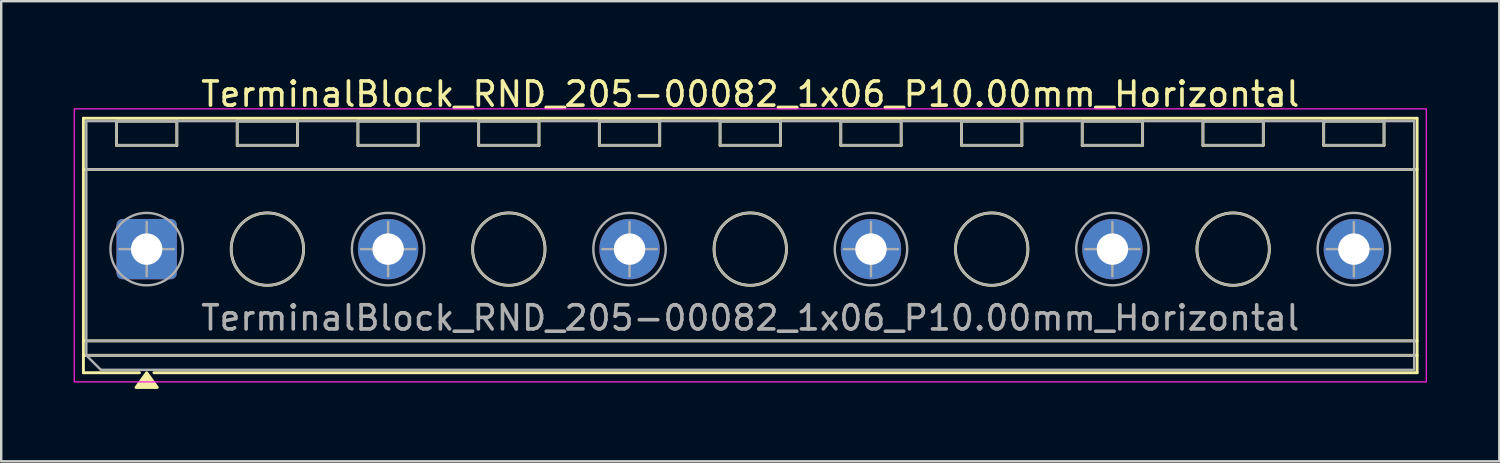
<source format=kicad_pcb>
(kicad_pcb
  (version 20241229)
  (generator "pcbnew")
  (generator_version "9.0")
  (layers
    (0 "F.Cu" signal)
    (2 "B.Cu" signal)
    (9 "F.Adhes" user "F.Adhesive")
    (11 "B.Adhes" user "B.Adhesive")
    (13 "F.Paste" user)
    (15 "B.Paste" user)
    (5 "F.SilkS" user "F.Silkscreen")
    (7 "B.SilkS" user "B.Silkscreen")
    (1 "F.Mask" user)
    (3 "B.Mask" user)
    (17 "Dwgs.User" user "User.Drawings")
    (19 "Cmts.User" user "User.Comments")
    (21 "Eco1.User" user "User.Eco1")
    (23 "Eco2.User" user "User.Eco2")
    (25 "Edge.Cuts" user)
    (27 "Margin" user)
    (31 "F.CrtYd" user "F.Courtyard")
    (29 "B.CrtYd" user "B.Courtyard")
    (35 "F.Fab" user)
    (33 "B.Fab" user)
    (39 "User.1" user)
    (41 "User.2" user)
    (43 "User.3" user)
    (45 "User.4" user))
  (footprint "TerminalBlock_RND_205-00082_1x06_P10.00mm_Horizontal"
    (layer "F.Cu")
    (at 3.025 7.268)
    (property "Reference" "TerminalBlock_RND_205-00082_1x06_P10.00mm_Horizontal" (at 25 -6.42 0) (layer "F.SilkS") (effects (font (size 1 1) (thickness 0.15))))
    (attr through_hole)
    (fp_line (start -2.62 -5.42) (end 52.62 -5.42) (stroke (width 0.12) (type solid)) (layer "F.SilkS"))
    (fp_line (start -2.62 -3.3) (end 52.62 -3.3) (stroke (width 0.12) (type solid)) (layer "F.SilkS"))
    (fp_line (start -2.62 3.8) (end 52.62 3.8) (stroke (width 0.12) (type solid)) (layer "F.SilkS"))
    (fp_line (start -2.62 4.4) (end 52.62 4.4) (stroke (width 0.12) (type solid)) (layer "F.SilkS"))
    (fp_line (start -2.62 5.12) (end -2.62 -5.42) (stroke (width 0.12) (type solid)) (layer "F.SilkS"))
    (fp_line (start -1.25 -5.3) (end 1.25 -5.3) (stroke (width 0.12) (type solid)) (layer "F.SilkS"))
    (fp_line (start -1.25 -4.3) (end -1.25 -5.3) (stroke (width 0.12) (type solid)) (layer "F.SilkS"))
    (fp_line (start -0.3 5.12) (end -2.62 5.12) (stroke (width 0.12) (type solid)) (layer "F.SilkS"))
    (fp_line (start 1.25 -5.3) (end 1.25 -4.3) (stroke (width 0.12) (type solid)) (layer "F.SilkS"))
    (fp_line (start 1.25 -4.3) (end -1.25 -4.3) (stroke (width 0.12) (type solid)) (layer "F.SilkS"))
    (fp_line (start 3.75 -5.3) (end 6.25 -5.3) (stroke (width 0.12) (type solid)) (layer "F.SilkS"))
    (fp_line (start 3.75 -4.3) (end 3.75 -5.3) (stroke (width 0.12) (type solid)) (layer "F.SilkS"))
    (fp_line (start 6.25 -5.3) (end 6.25 -4.3) (stroke (width 0.12) (type solid)) (layer "F.SilkS"))
    (fp_line (start 6.25 -4.3) (end 3.75 -4.3) (stroke (width 0.12) (type solid)) (layer "F.SilkS"))
    (fp_line (start 8.75 -5.3) (end 11.25 -5.3) (stroke (width 0.12) (type solid)) (layer "F.SilkS"))
    (fp_line (start 8.75 -4.3) (end 8.75 -5.3) (stroke (width 0.12) (type solid)) (layer "F.SilkS"))
    (fp_line (start 11.25 -5.3) (end 11.25 -4.3) (stroke (width 0.12) (type solid)) (layer "F.SilkS"))
    (fp_line (start 11.25 -4.3) (end 8.75 -4.3) (stroke (width 0.12) (type solid)) (layer "F.SilkS"))
    (fp_line (start 13.75 -5.3) (end 16.25 -5.3) (stroke (width 0.12) (type solid)) (layer "F.SilkS"))
    (fp_line (start 13.75 -4.3) (end 13.75 -5.3) (stroke (width 0.12) (type solid)) (layer "F.SilkS"))
    (fp_line (start 16.25 -5.3) (end 16.25 -4.3) (stroke (width 0.12) (type solid)) (layer "F.SilkS"))
    (fp_line (start 16.25 -4.3) (end 13.75 -4.3) (stroke (width 0.12) (type solid)) (layer "F.SilkS"))
    (fp_line (start 18.75 -5.3) (end 21.25 -5.3) (stroke (width 0.12) (type solid)) (layer "F.SilkS"))
    (fp_line (start 18.75 -4.3) (end 18.75 -5.3) (stroke (width 0.12) (type solid)) (layer "F.SilkS"))
    (fp_line (start 21.25 -5.3) (end 21.25 -4.3) (stroke (width 0.12) (type solid)) (layer "F.SilkS"))
    (fp_line (start 21.25 -4.3) (end 18.75 -4.3) (stroke (width 0.12) (type solid)) (layer "F.SilkS"))
    (fp_line (start 23.75 -5.3) (end 26.25 -5.3) (stroke (width 0.12) (type solid)) (layer "F.SilkS"))
    (fp_line (start 23.75 -4.3) (end 23.75 -5.3) (stroke (width 0.12) (type solid)) (layer "F.SilkS"))
    (fp_line (start 26.25 -5.3) (end 26.25 -4.3) (stroke (width 0.12) (type solid)) (layer "F.SilkS"))
    (fp_line (start 26.25 -4.3) (end 23.75 -4.3) (stroke (width 0.12) (type solid)) (layer "F.SilkS"))
    (fp_line (start 28.75 -5.3) (end 31.25 -5.3) (stroke (width 0.12) (type solid)) (layer "F.SilkS"))
    (fp_line (start 28.75 -4.3) (end 28.75 -5.3) (stroke (width 0.12) (type solid)) (layer "F.SilkS"))
    (fp_line (start 31.25 -5.3) (end 31.25 -4.3) (stroke (width 0.12) (type solid)) (layer "F.SilkS"))
    (fp_line (start 31.25 -4.3) (end 28.75 -4.3) (stroke (width 0.12) (type solid)) (layer "F.SilkS"))
    (fp_line (start 33.75 -5.3) (end 36.25 -5.3) (stroke (width 0.12) (type solid)) (layer "F.SilkS"))
    (fp_line (start 33.75 -4.3) (end 33.75 -5.3) (stroke (width 0.12) (type solid)) (layer "F.SilkS"))
    (fp_line (start 36.25 -5.3) (end 36.25 -4.3) (stroke (width 0.12) (type solid)) (layer "F.SilkS"))
    (fp_line (start 36.25 -4.3) (end 33.75 -4.3) (stroke (width 0.12) (type solid)) (layer "F.SilkS"))
    (fp_line (start 38.75 -5.3) (end 41.25 -5.3) (stroke (width 0.12) (type solid)) (layer "F.SilkS"))
    (fp_line (start 38.75 -4.3) (end 38.75 -5.3) (stroke (width 0.12) (type solid)) (layer "F.SilkS"))
    (fp_line (start 41.25 -5.3) (end 41.25 -4.3) (stroke (width 0.12) (type solid)) (layer "F.SilkS"))
    (fp_line (start 41.25 -4.3) (end 38.75 -4.3) (stroke (width 0.12) (type solid)) (layer "F.SilkS"))
    (fp_line (start 43.75 -5.3) (end 46.25 -5.3) (stroke (width 0.12) (type solid)) (layer "F.SilkS"))
    (fp_line (start 43.75 -4.3) (end 43.75 -5.3) (stroke (width 0.12) (type solid)) (layer "F.SilkS"))
    (fp_line (start 46.25 -5.3) (end 46.25 -4.3) (stroke (width 0.12) (type solid)) (layer "F.SilkS"))
    (fp_line (start 46.25 -4.3) (end 43.75 -4.3) (stroke (width 0.12) (type solid)) (layer "F.SilkS"))
    (fp_line (start 48.75 -5.3) (end 51.25 -5.3) (stroke (width 0.12) (type solid)) (layer "F.SilkS"))
    (fp_line (start 48.75 -4.3) (end 48.75 -5.3) (stroke (width 0.12) (type solid)) (layer "F.SilkS"))
    (fp_line (start 51.25 -5.3) (end 51.25 -4.3) (stroke (width 0.12) (type solid)) (layer "F.SilkS"))
    (fp_line (start 51.25 -4.3) (end 48.75 -4.3) (stroke (width 0.12) (type solid)) (layer "F.SilkS"))
    (fp_line (start 52.62 -5.42) (end 52.62 5.12) (stroke (width 0.12) (type solid)) (layer "F.SilkS"))
    (fp_line (start 52.62 5.12) (end 0.3 5.12) (stroke (width 0.12) (type solid)) (layer "F.SilkS"))
    (fp_circle (center 5 0) (end 6.5 0) (stroke (width 0.12) (type solid)) (fill no) (layer "F.SilkS"))
    (fp_circle (center 15 0) (end 16.5 0) (stroke (width 0.12) (type solid)) (fill no) (layer "F.SilkS"))
    (fp_circle (center 25 0) (end 26.5 0) (stroke (width 0.12) (type solid)) (fill no) (layer "F.SilkS"))
    (fp_circle (center 35 0) (end 36.5 0) (stroke (width 0.12) (type solid)) (fill no) (layer "F.SilkS"))
    (fp_circle (center 45 0) (end 46.5 0) (stroke (width 0.12) (type solid)) (fill no) (layer "F.SilkS"))
    (fp_poly (pts (xy 0 5.12) (xy 0.44 5.73) (xy -0.44 5.73)) (stroke (width 0.12) (type solid)) (fill yes) (layer "F.SilkS"))
    (fp_rect (start -3 -5.81) (end 53 5.5) (stroke (width 0.05) (type solid)) (fill no) (layer "F.CrtYd"))
    (fp_line (start -2.5 -5.3) (end 52.5 -5.3) (stroke (width 0.1) (type solid)) (layer "F.Fab"))
    (fp_line (start -2.5 -3.3) (end 52.5 -3.3) (stroke (width 0.1) (type solid)) (layer "F.Fab"))
    (fp_line (start -2.5 3.8) (end 52.5 3.8) (stroke (width 0.1) (type solid)) (layer "F.Fab"))
    (fp_line (start -2.5 4.4) (end -2.5 -5.3) (stroke (width 0.1) (type solid)) (layer "F.Fab"))
    (fp_line (start -2.5 4.4) (end 52.5 4.4) (stroke (width 0.1) (type solid)) (layer "F.Fab"))
    (fp_line (start -1.9 5) (end -2.5 4.4) (stroke (width 0.1) (type solid)) (layer "F.Fab"))
    (fp_line (start -1.125 0) (end 1.125 0) (stroke (width 0.1) (type solid)) (layer "F.Fab"))
    (fp_line (start 0 -1.125) (end 0 1.125) (stroke (width 0.1) (type solid)) (layer "F.Fab"))
    (fp_line (start 8.875 0) (end 11.125 0) (stroke (width 0.1) (type solid)) (layer "F.Fab"))
    (fp_line (start 10 -1.125) (end 10 1.125) (stroke (width 0.1) (type solid)) (layer "F.Fab"))
    (fp_line (start 18.875 0) (end 21.125 0) (stroke (width 0.1) (type solid)) (layer "F.Fab"))
    (fp_line (start 20 -1.125) (end 20 1.125) (stroke (width 0.1) (type solid)) (layer "F.Fab"))
    (fp_line (start 28.875 0) (end 31.125 0) (stroke (width 0.1) (type solid)) (layer "F.Fab"))
    (fp_line (start 30 -1.125) (end 30 1.125) (stroke (width 0.1) (type solid)) (layer "F.Fab"))
    (fp_line (start 38.875 0) (end 41.125 0) (stroke (width 0.1) (type solid)) (layer "F.Fab"))
    (fp_line (start 40 -1.125) (end 40 1.125) (stroke (width 0.1) (type solid)) (layer "F.Fab"))
    (fp_line (start 48.875 0) (end 51.125 0) (stroke (width 0.1) (type solid)) (layer "F.Fab"))
    (fp_line (start 50 -1.125) (end 50 1.125) (stroke (width 0.1) (type solid)) (layer "F.Fab"))
    (fp_line (start 52.5 -5.3) (end 52.5 5) (stroke (width 0.1) (type solid)) (layer "F.Fab"))
    (fp_line (start 52.5 5) (end -1.9 5) (stroke (width 0.1) (type solid)) (layer "F.Fab"))
    (fp_rect (start -1.25 -5.3) (end 1.25 -4.3) (stroke (width 0.1) (type solid)) (fill no) (layer "F.Fab"))
    (fp_rect (start 3.75 -5.3) (end 6.25 -4.3) (stroke (width 0.1) (type solid)) (fill no) (layer "F.Fab"))
    (fp_rect (start 8.75 -5.3) (end 11.25 -4.3) (stroke (width 0.1) (type solid)) (fill no) (layer "F.Fab"))
    (fp_rect (start 13.75 -5.3) (end 16.25 -4.3) (stroke (width 0.1) (type solid)) (fill no) (layer "F.Fab"))
    (fp_rect (start 18.75 -5.3) (end 21.25 -4.3) (stroke (width 0.1) (type solid)) (fill no) (layer "F.Fab"))
    (fp_rect (start 23.75 -5.3) (end 26.25 -4.3) (stroke (width 0.1) (type solid)) (fill no) (layer "F.Fab"))
    (fp_rect (start 28.75 -5.3) (end 31.25 -4.3) (stroke (width 0.1) (type solid)) (fill no) (layer "F.Fab"))
    (fp_rect (start 33.75 -5.3) (end 36.25 -4.3) (stroke (width 0.1) (type solid)) (fill no) (layer "F.Fab"))
    (fp_rect (start 38.75 -5.3) (end 41.25 -4.3) (stroke (width 0.1) (type solid)) (fill no) (layer "F.Fab"))
    (fp_rect (start 43.75 -5.3) (end 46.25 -4.3) (stroke (width 0.1) (type solid)) (fill no) (layer "F.Fab"))
    (fp_rect (start 48.75 -5.3) (end 51.25 -4.3) (stroke (width 0.1) (type solid)) (fill no) (layer "F.Fab"))
    (fp_circle (center 0 0) (end 1.5 0) (stroke (width 0.1) (type solid)) (fill no) (layer "F.Fab"))
    (fp_circle (center 5 0) (end 6.5 0) (stroke (width 0.1) (type solid)) (fill no) (layer "F.Fab"))
    (fp_circle (center 10 0) (end 11.5 0) (stroke (width 0.1) (type solid)) (fill no) (layer "F.Fab"))
    (fp_circle (center 15 0) (end 16.5 0) (stroke (width 0.1) (type solid)) (fill no) (layer "F.Fab"))
    (fp_circle (center 20 0) (end 21.5 0) (stroke (width 0.1) (type solid)) (fill no) (layer "F.Fab"))
    (fp_circle (center 25 0) (end 26.5 0) (stroke (width 0.1) (type solid)) (fill no) (layer "F.Fab"))
    (fp_circle (center 30 0) (end 31.5 0) (stroke (width 0.1) (type solid)) (fill no) (layer "F.Fab"))
    (fp_circle (center 35 0) (end 36.5 0) (stroke (width 0.1) (type solid)) (fill no) (layer "F.Fab"))
    (fp_circle (center 40 0) (end 41.5 0) (stroke (width 0.1) (type solid)) (fill no) (layer "F.Fab"))
    (fp_circle (center 45 0) (end 46.5 0) (stroke (width 0.1) (type solid)) (fill no) (layer "F.Fab"))
    (fp_circle (center 50 0) (end 51.5 0) (stroke (width 0.1) (type solid)) (fill no) (layer "F.Fab"))
    (fp_text user "${REFERENCE}" (at 25 2.85 0) (layer "F.Fab") (effects (font (size 1 1) (thickness 0.15))))
    (pad "1" thru_hole roundrect (at 0 0) (size 2.5 2.5) (drill 1.3) (layers "*.Cu" "*.Mask") (roundrect_rratio 0.1))
    (pad "2" thru_hole circle (at 10 0) (size 2.5 2.5) (drill 1.3) (layers "*.Cu" "*.Mask"))
    (pad "3" thru_hole circle (at 20 0) (size 2.5 2.5) (drill 1.3) (layers "*.Cu" "*.Mask"))
    (pad "4" thru_hole circle (at 30 0) (size 2.5 2.5) (drill 1.3) (layers "*.Cu" "*.Mask"))
    (pad "5" thru_hole circle (at 40 0) (size 2.5 2.5) (drill 1.3) (layers "*.Cu" "*.Mask"))
    (pad "6" thru_hole circle (at 50 0) (size 2.5 2.5) (drill 1.3) (layers "*.Cu" "*.Mask")))
  (gr_rect
    (start -3 -3)
    (end 59.05 16.058)
    (stroke (width 0.1) (type default))
    (fill no)
    (layer "Edge.Cuts")))
</source>
